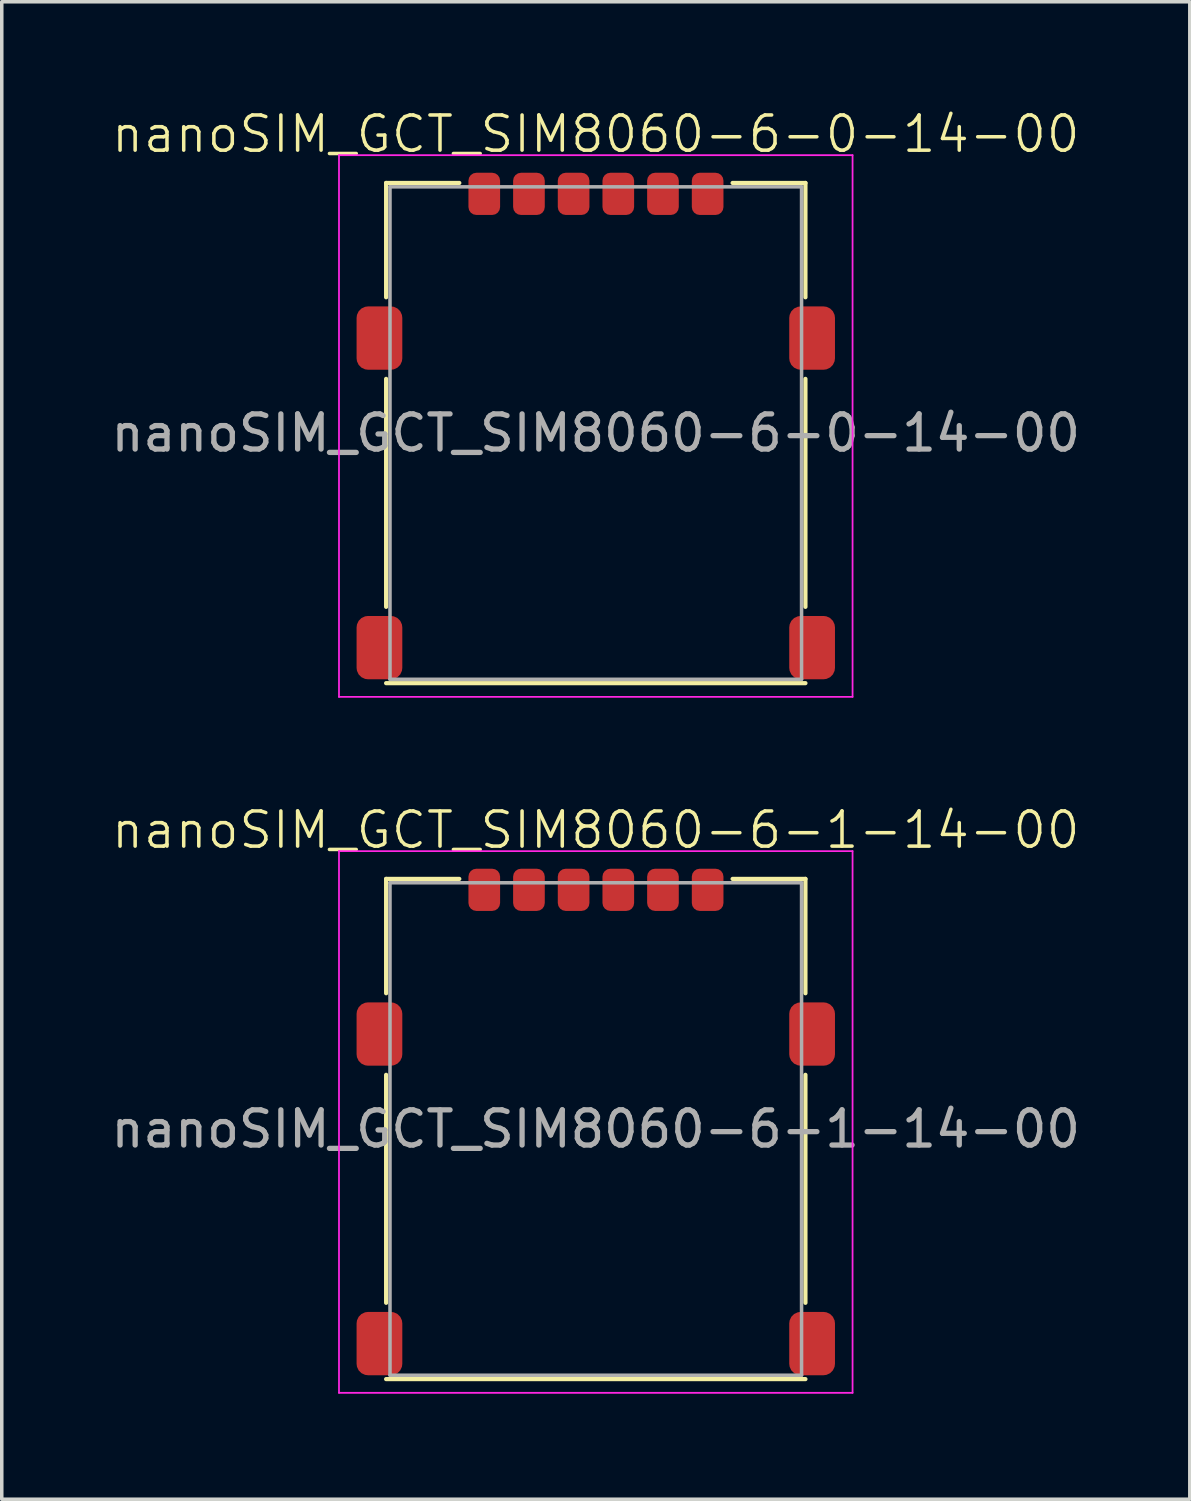
<source format=kicad_pcb>
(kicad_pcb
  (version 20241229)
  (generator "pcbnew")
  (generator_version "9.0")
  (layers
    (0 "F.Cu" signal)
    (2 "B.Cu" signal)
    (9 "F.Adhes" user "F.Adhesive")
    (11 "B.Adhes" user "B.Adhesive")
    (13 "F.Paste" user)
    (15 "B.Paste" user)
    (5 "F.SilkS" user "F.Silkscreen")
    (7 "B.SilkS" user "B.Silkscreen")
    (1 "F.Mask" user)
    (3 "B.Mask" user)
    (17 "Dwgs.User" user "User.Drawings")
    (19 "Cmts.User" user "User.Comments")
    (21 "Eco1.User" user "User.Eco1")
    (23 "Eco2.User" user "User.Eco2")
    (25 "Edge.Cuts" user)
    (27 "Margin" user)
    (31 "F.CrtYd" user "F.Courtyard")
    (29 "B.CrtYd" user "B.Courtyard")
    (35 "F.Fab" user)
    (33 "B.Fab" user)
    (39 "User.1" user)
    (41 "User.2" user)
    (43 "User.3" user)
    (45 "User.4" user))
  (footprint "nanoSIM_GCT_SIM8060-6-1-14-00"
    (layer "F.Cu")
    (at 13.887 29.046)
    (property "Reference" "nanoSIM_GCT_SIM8060-6-1-14-00" (at 0 -8.5 0) (unlocked yes) (layer "F.SilkS") (effects (font (size 1 1) (thickness 0.1))))
    (attr smd)
    (fp_line (start -5.96 -7.11) (end -5.96 -3.86) (stroke (width 0.12) (type default)) (layer "F.SilkS"))
    (fp_line (start -5.96 -7.11) (end -3.88 -7.11) (stroke (width 0.12) (type default)) (layer "F.SilkS"))
    (fp_line (start -5.96 -1.54) (end -5.96 4.94) (stroke (width 0.12) (type default)) (layer "F.SilkS"))
    (fp_line (start -5.96 7.11) (end 5.96 7.11) (stroke (width 0.12) (type default)) (layer "F.SilkS"))
    (fp_line (start 3.89 -7.11) (end 5.96 -7.11) (stroke (width 0.12) (type default)) (layer "F.SilkS"))
    (fp_line (start 5.96 -7.11) (end 5.96 -3.86) (stroke (width 0.12) (type default)) (layer "F.SilkS"))
    (fp_line (start 5.96 -1.54) (end 5.96 4.94) (stroke (width 0.12) (type default)) (layer "F.SilkS"))
    (fp_line (start -7.3 -7.9) (end -7.3 7.5) (stroke (width 0.05) (type default)) (layer "F.CrtYd"))
    (fp_line (start -7.3 -7.9) (end 7.3 -7.9) (stroke (width 0.05) (type default)) (layer "F.CrtYd"))
    (fp_line (start -7.3 7.5) (end 7.3 7.5) (stroke (width 0.05) (type default)) (layer "F.CrtYd"))
    (fp_line (start 7.3 -7.9) (end 7.3 7.5) (stroke (width 0.05) (type default)) (layer "F.CrtYd"))
    (fp_line (start -5.85 -7) (end -5.85 7) (stroke (width 0.1) (type default)) (layer "F.Fab"))
    (fp_line (start -5.85 -7) (end 5.85 -7) (stroke (width 0.1) (type default)) (layer "F.Fab"))
    (fp_line (start -5.85 7) (end 5.85 7) (stroke (width 0.1) (type default)) (layer "F.Fab"))
    (fp_line (start 5.85 -7) (end 5.85 7) (stroke (width 0.1) (type default)) (layer "F.Fab"))
    (fp_text user "${REFERENCE}" (at 0 0 0) (unlocked yes) (layer "F.Fab") (effects (font (size 1 1) (thickness 0.15))))
    (pad "1" smd roundrect (at -3.17 -6.8) (size 0.9 1.2) (layers "F.Cu" "F.Mask" "F.Paste") (roundrect_rratio 0.25))
    (pad "2" smd roundrect (at -0.63 -6.8) (size 0.9 1.2) (layers "F.Cu" "F.Mask" "F.Paste") (roundrect_rratio 0.25))
    (pad "3" smd roundrect (at 1.91 -6.8) (size 0.9 1.2) (layers "F.Cu" "F.Mask" "F.Paste") (roundrect_rratio 0.25))
    (pad "5" smd roundrect (at -1.9 -6.8) (size 0.9 1.2) (layers "F.Cu" "F.Mask" "F.Paste") (roundrect_rratio 0.25))
    (pad "6" smd roundrect (at 0.64 -6.8) (size 0.9 1.2) (layers "F.Cu" "F.Mask" "F.Paste") (roundrect_rratio 0.25))
    (pad "7" smd roundrect (at 3.18 -6.8) (size 0.9 1.2) (layers "F.Cu" "F.Mask" "F.Paste") (roundrect_rratio 0.25))
    (pad "SH" smd roundrect (at -6.15 -2.7) (size 1.3 1.8) (layers "F.Cu" "F.Mask" "F.Paste") (roundrect_rratio 0.25))
    (pad "SH" smd roundrect (at 6.15 -2.7) (size 1.3 1.8) (layers "F.Cu" "F.Mask" "F.Paste") (roundrect_rratio 0.25))
    (pad "SH" smd roundrect (at 6.15 6.1) (size 1.3 1.8) (layers "F.Cu" "F.Mask" "F.Paste") (roundrect_rratio 0.25))
    (pad "SW" smd roundrect (at -6.15 6.1) (size 1.3 1.8) (layers "F.Cu" "F.Mask" "F.Paste") (roundrect_rratio 0.25))
    (zone (net_name "") (layers "F.Cu" "F.CrtYd") (hatch edge 0.5) (connect_pads) (min_thickness 0.25) (filled_areas_thickness no) (keepout (tracks not_allowed) (vias not_allowed) (pads not_allowed) (copperpour not_allowed) (footprints allowed)) (placement (enabled no)) (fill) (polygon (pts (xy 9.957 31.646) (xy 12.397 31.646) (xy 12.397 35.346) (xy 9.957 35.346))))
    (zone (net_name "") (layers "F.Cu" "F.CrtYd") (hatch edge 0.5) (connect_pads) (min_thickness 0.25) (filled_areas_thickness no) (keepout (tracks not_allowed) (vias not_allowed) (pads not_allowed) (copperpour not_allowed) (footprints allowed)) (placement (enabled no)) (fill) (polygon (pts (xy 10.697 24.626) (xy 11.997 24.626) (xy 11.997 28.326) (xy 10.697 28.326))))
    (zone (net_name "") (layers "F.Cu" "F.CrtYd") (hatch edge 0.5) (connect_pads) (min_thickness 0.25) (filled_areas_thickness no) (keepout (tracks not_allowed) (vias not_allowed) (pads not_allowed) (copperpour not_allowed) (footprints allowed)) (placement (enabled no)) (fill) (polygon (pts (xy 13.237 24.626) (xy 13.237 28.326) (xy 14.537 28.326) (xy 14.537 24.626))))
    (zone (net_name "") (layers "F.Cu" "F.CrtYd") (hatch edge 0.5) (connect_pads) (min_thickness 0.25) (filled_areas_thickness no) (keepout (tracks not_allowed) (vias not_allowed) (pads not_allowed) (copperpour not_allowed) (footprints allowed)) (placement (enabled no)) (fill) (polygon (pts (xy 13.237 31.646) (xy 14.537 31.646) (xy 14.537 35.346) (xy 13.237 35.346))))
    (zone (net_name "") (layers "F.Cu" "F.CrtYd") (hatch edge 0.5) (connect_pads) (min_thickness 0.25) (filled_areas_thickness no) (keepout (tracks not_allowed) (vias not_allowed) (pads not_allowed) (copperpour not_allowed) (footprints allowed)) (placement (enabled no)) (fill) (polygon (pts (xy 15.777 24.626) (xy 15.777 28.326) (xy 17.077 28.326) (xy 17.077 24.626))))
    (zone (net_name "") (layers "F.Cu" "F.CrtYd") (hatch edge 0.5) (connect_pads) (min_thickness 0.25) (filled_areas_thickness no) (keepout (tracks not_allowed) (vias not_allowed) (pads not_allowed) (copperpour not_allowed) (footprints allowed)) (placement (enabled no)) (fill) (polygon (pts (xy 15.777 31.646) (xy 17.077 31.646) (xy 17.077 35.346) (xy 15.777 35.346)))))
  (footprint "nanoSIM_GCT_SIM8060-6-0-14-00"
    (layer "F.Cu")
    (at 13.887 9.261)
    (property "Reference" "nanoSIM_GCT_SIM8060-6-0-14-00" (at 0 -8.5 0) (unlocked yes) (layer "F.SilkS") (effects (font (size 1 1) (thickness 0.1))))
    (attr smd)
    (fp_line (start -5.96 -7.11) (end -5.96 -3.86) (stroke (width 0.12) (type default)) (layer "F.SilkS"))
    (fp_line (start -5.96 -7.11) (end -3.88 -7.11) (stroke (width 0.12) (type default)) (layer "F.SilkS"))
    (fp_line (start -5.96 -1.54) (end -5.96 4.94) (stroke (width 0.12) (type default)) (layer "F.SilkS"))
    (fp_line (start -5.96 7.11) (end 5.96 7.11) (stroke (width 0.12) (type default)) (layer "F.SilkS"))
    (fp_line (start 3.89 -7.11) (end 5.96 -7.11) (stroke (width 0.12) (type default)) (layer "F.SilkS"))
    (fp_line (start 5.96 -7.11) (end 5.96 -3.86) (stroke (width 0.12) (type default)) (layer "F.SilkS"))
    (fp_line (start 5.96 -1.54) (end 5.96 4.94) (stroke (width 0.12) (type default)) (layer "F.SilkS"))
    (fp_line (start -7.3 -7.9) (end -7.3 7.5) (stroke (width 0.05) (type default)) (layer "F.CrtYd"))
    (fp_line (start -7.3 -7.9) (end 7.3 -7.9) (stroke (width 0.05) (type default)) (layer "F.CrtYd"))
    (fp_line (start -7.3 7.5) (end 7.3 7.5) (stroke (width 0.05) (type default)) (layer "F.CrtYd"))
    (fp_line (start 7.3 -7.9) (end 7.3 7.5) (stroke (width 0.05) (type default)) (layer "F.CrtYd"))
    (fp_line (start -5.85 -7) (end -5.85 7) (stroke (width 0.1) (type default)) (layer "F.Fab"))
    (fp_line (start -5.85 -7) (end 5.85 -7) (stroke (width 0.1) (type default)) (layer "F.Fab"))
    (fp_line (start -5.85 7) (end 5.85 7) (stroke (width 0.1) (type default)) (layer "F.Fab"))
    (fp_line (start 5.85 -7) (end 5.85 7) (stroke (width 0.1) (type default)) (layer "F.Fab"))
    (fp_text user "${REFERENCE}" (at 0 0 0) (unlocked yes) (layer "F.Fab") (effects (font (size 1 1) (thickness 0.15))))
    (pad "1" smd roundrect (at -3.17 -6.8) (size 0.9 1.2) (layers "F.Cu" "F.Mask" "F.Paste") (roundrect_rratio 0.25))
    (pad "2" smd roundrect (at -0.63 -6.8) (size 0.9 1.2) (layers "F.Cu" "F.Mask" "F.Paste") (roundrect_rratio 0.25))
    (pad "3" smd roundrect (at 1.91 -6.8) (size 0.9 1.2) (layers "F.Cu" "F.Mask" "F.Paste") (roundrect_rratio 0.25))
    (pad "5" smd roundrect (at -1.9 -6.8) (size 0.9 1.2) (layers "F.Cu" "F.Mask" "F.Paste") (roundrect_rratio 0.25))
    (pad "6" smd roundrect (at 0.64 -6.8) (size 0.9 1.2) (layers "F.Cu" "F.Mask" "F.Paste") (roundrect_rratio 0.25))
    (pad "7" smd roundrect (at 3.18 -6.8) (size 0.9 1.2) (layers "F.Cu" "F.Mask" "F.Paste") (roundrect_rratio 0.25))
    (pad "SH" smd roundrect (at -6.15 -2.7) (size 1.3 1.8) (layers "F.Cu" "F.Mask" "F.Paste") (roundrect_rratio 0.25))
    (pad "SH" smd roundrect (at -6.15 6.1) (size 1.3 1.8) (layers "F.Cu" "F.Mask" "F.Paste") (roundrect_rratio 0.25))
    (pad "SH" smd roundrect (at 6.15 -2.7) (size 1.3 1.8) (layers "F.Cu" "F.Mask" "F.Paste") (roundrect_rratio 0.25))
    (pad "SH" smd roundrect (at 6.15 6.1) (size 1.3 1.8) (layers "F.Cu" "F.Mask" "F.Paste") (roundrect_rratio 0.25))
    (zone (net_name "") (layers "F.Cu" "F.CrtYd") (hatch edge 0.5) (connect_pads) (min_thickness 0.25) (filled_areas_thickness no) (keepout (tracks not_allowed) (vias not_allowed) (pads not_allowed) (copperpour not_allowed) (footprints allowed)) (placement (enabled no)) (fill) (polygon (pts (xy 9.957 11.861) (xy 12.397 11.861) (xy 12.397 15.56) (xy 9.957 15.56))))
    (zone (net_name "") (layers "F.Cu" "F.CrtYd") (hatch edge 0.5) (connect_pads) (min_thickness 0.25) (filled_areas_thickness no) (keepout (tracks not_allowed) (vias not_allowed) (pads not_allowed) (copperpour not_allowed) (footprints allowed)) (placement (enabled no)) (fill) (polygon (pts (xy 10.697 4.84) (xy 11.997 4.84) (xy 11.997 8.54) (xy 10.697 8.54))))
    (zone (net_name "") (layers "F.Cu" "F.CrtYd") (hatch edge 0.5) (connect_pads) (min_thickness 0.25) (filled_areas_thickness no) (keepout (tracks not_allowed) (vias not_allowed) (pads not_allowed) (copperpour not_allowed) (footprints allowed)) (placement (enabled no)) (fill) (polygon (pts (xy 13.237 4.84) (xy 13.237 8.54) (xy 14.537 8.54) (xy 14.537 4.84))))
    (zone (net_name "") (layers "F.Cu" "F.CrtYd") (hatch edge 0.5) (connect_pads) (min_thickness 0.25) (filled_areas_thickness no) (keepout (tracks not_allowed) (vias not_allowed) (pads not_allowed) (copperpour not_allowed) (footprints allowed)) (placement (enabled no)) (fill) (polygon (pts (xy 13.237 11.861) (xy 14.537 11.861) (xy 14.537 15.56) (xy 13.237 15.56))))
    (zone (net_name "") (layers "F.Cu" "F.CrtYd") (hatch edge 0.5) (connect_pads) (min_thickness 0.25) (filled_areas_thickness no) (keepout (tracks not_allowed) (vias not_allowed) (pads not_allowed) (copperpour not_allowed) (footprints allowed)) (placement (enabled no)) (fill) (polygon (pts (xy 15.777 4.84) (xy 15.777 8.54) (xy 17.077 8.54) (xy 17.077 4.84))))
    (zone (net_name "") (layers "F.Cu" "F.CrtYd") (hatch edge 0.5) (connect_pads) (min_thickness 0.25) (filled_areas_thickness no) (keepout (tracks not_allowed) (vias not_allowed) (pads not_allowed) (copperpour not_allowed) (footprints allowed)) (placement (enabled no)) (fill) (polygon (pts (xy 15.777 11.861) (xy 17.077 11.861) (xy 17.077 15.56) (xy 15.777 15.56)))))
  (gr_rect
    (start -3 -3)
    (end 30.774 39.571)
    (stroke (width 0.1) (type default))
    (fill no)
    (layer "Edge.Cuts")))
</source>
